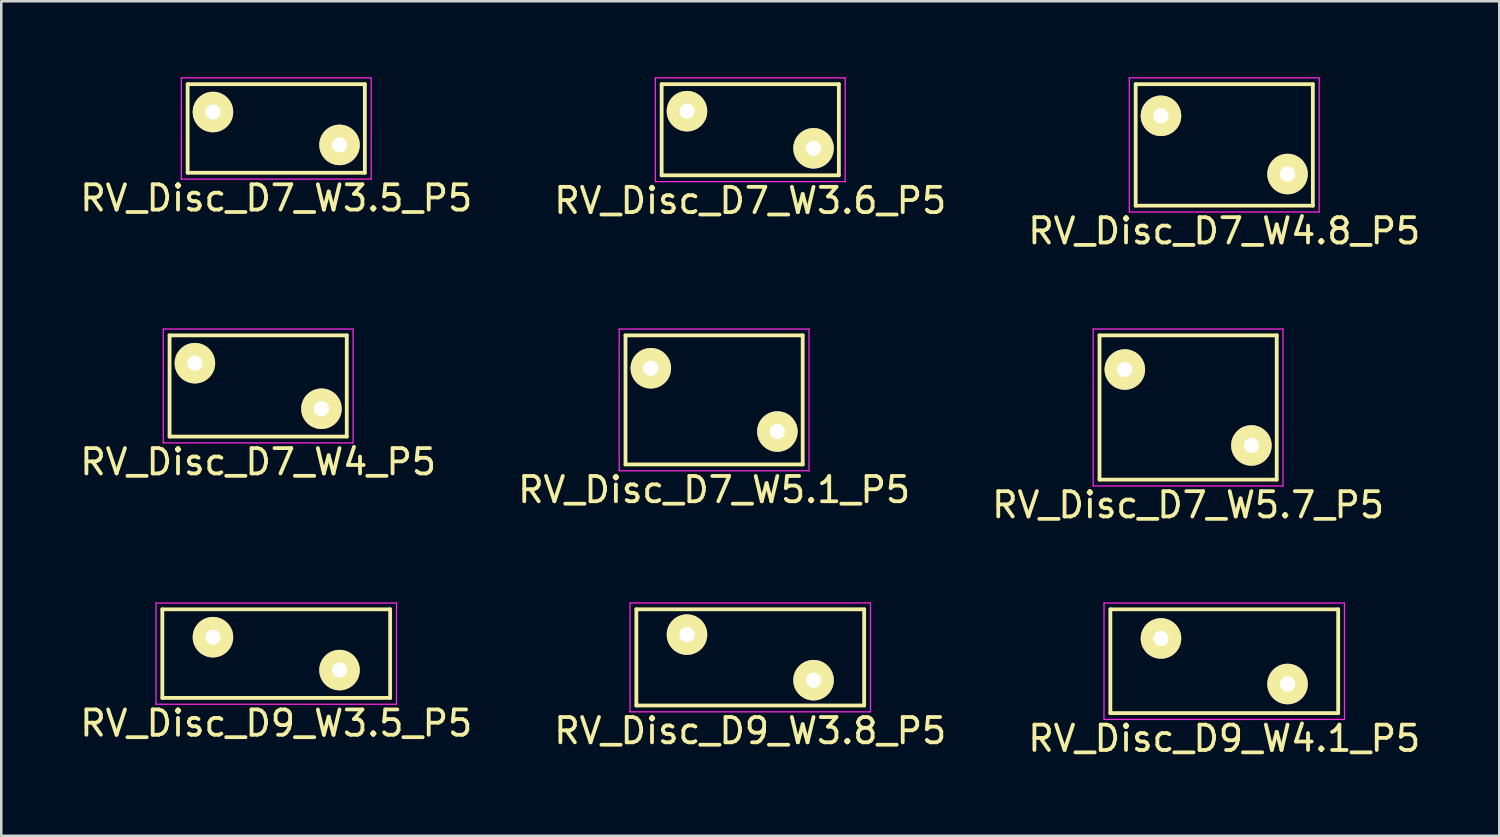
<source format=kicad_pcb>
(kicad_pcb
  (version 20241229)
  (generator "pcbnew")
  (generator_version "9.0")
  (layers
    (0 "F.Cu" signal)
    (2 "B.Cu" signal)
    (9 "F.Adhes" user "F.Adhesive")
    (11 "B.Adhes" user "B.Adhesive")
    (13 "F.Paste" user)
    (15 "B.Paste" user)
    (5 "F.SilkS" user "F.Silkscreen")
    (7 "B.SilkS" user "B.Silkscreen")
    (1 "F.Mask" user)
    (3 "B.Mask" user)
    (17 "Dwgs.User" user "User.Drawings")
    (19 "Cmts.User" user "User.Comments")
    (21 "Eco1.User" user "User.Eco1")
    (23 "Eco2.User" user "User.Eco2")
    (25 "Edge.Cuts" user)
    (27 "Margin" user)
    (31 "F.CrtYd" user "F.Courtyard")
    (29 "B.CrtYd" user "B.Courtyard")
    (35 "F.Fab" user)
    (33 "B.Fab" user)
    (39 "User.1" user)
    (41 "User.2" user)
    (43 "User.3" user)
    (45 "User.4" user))
  (footprint "RV_Disc_D7_W3.5_P5"
    (layer "F.Cu")
    (at 5.363 1.375)
    (property "Reference" "RV_Disc_D7_W3.5_P5" (at 2.5 3.4 0) (layer "F.SilkS") (effects (font (size 1 1) (thickness 0.15))))
    (attr through_hole)
    (fp_line (start -1 -1.1) (end -1 2.4) (stroke (width 0.15) (type solid)) (layer "F.SilkS"))
    (fp_line (start -1 -1.1) (end 6 -1.1) (stroke (width 0.15) (type solid)) (layer "F.SilkS"))
    (fp_line (start -1 2.4) (end 6 2.4) (stroke (width 0.15) (type solid)) (layer "F.SilkS"))
    (fp_line (start 6 -1.1) (end 6 2.4) (stroke (width 0.15) (type solid)) (layer "F.SilkS"))
    (fp_line (start -1.25 -1.35) (end -1.25 2.65) (stroke (width 0.05) (type solid)) (layer "F.CrtYd"))
    (fp_line (start -1.25 -1.35) (end 6.25 -1.35) (stroke (width 0.05) (type solid)) (layer "F.CrtYd"))
    (fp_line (start -1.25 2.65) (end 6.25 2.65) (stroke (width 0.05) (type solid)) (layer "F.CrtYd"))
    (fp_line (start 6.25 -1.35) (end 6.25 2.65) (stroke (width 0.05) (type solid)) (layer "F.CrtYd"))
    (pad "1" thru_hole circle (at 0 0) (size 1.6 1.6) (drill 0.6) (layers "*.Cu" "*.Mask" "F.SilkS"))
    (pad "2" thru_hole circle (at 5 1.3) (size 1.6 1.6) (drill 0.6) (layers "*.Cu" "*.Mask" "F.SilkS")))
  (footprint "RV_Disc_D7_W5.7_P5"
    (layer "F.Cu")
    (at 41.387 11.548)
    (property "Reference" "RV_Disc_D7_W5.7_P5" (at 2.5 5.35 0) (layer "F.SilkS") (effects (font (size 1 1) (thickness 0.15))))
    (attr through_hole)
    (fp_line (start -1 -1.35) (end -1 4.35) (stroke (width 0.15) (type solid)) (layer "F.SilkS"))
    (fp_line (start -1 -1.35) (end 6 -1.35) (stroke (width 0.15) (type solid)) (layer "F.SilkS"))
    (fp_line (start -1 4.35) (end 6 4.35) (stroke (width 0.15) (type solid)) (layer "F.SilkS"))
    (fp_line (start 6 -1.35) (end 6 4.35) (stroke (width 0.15) (type solid)) (layer "F.SilkS"))
    (fp_line (start -1.25 -1.6) (end -1.25 4.6) (stroke (width 0.05) (type solid)) (layer "F.CrtYd"))
    (fp_line (start -1.25 -1.6) (end 6.25 -1.6) (stroke (width 0.05) (type solid)) (layer "F.CrtYd"))
    (fp_line (start -1.25 4.6) (end 6.25 4.6) (stroke (width 0.05) (type solid)) (layer "F.CrtYd"))
    (fp_line (start 6.25 -1.6) (end 6.25 4.6) (stroke (width 0.05) (type solid)) (layer "F.CrtYd"))
    (pad "1" thru_hole circle (at 0 0) (size 1.6 1.6) (drill 0.6) (layers "*.Cu" "*.Mask" "F.SilkS"))
    (pad "2" thru_hole circle (at 5 3) (size 1.6 1.6) (drill 0.6) (layers "*.Cu" "*.Mask" "F.SilkS")))
  (footprint "RV_Disc_D7_W4.8_P5"
    (layer "F.Cu")
    (at 42.815 1.525)
    (property "Reference" "RV_Disc_D7_W4.8_P5" (at 2.5 4.55 0) (layer "F.SilkS") (effects (font (size 1 1) (thickness 0.15))))
    (attr through_hole)
    (fp_line (start -1 -1.25) (end -1 3.55) (stroke (width 0.15) (type solid)) (layer "F.SilkS"))
    (fp_line (start -1 -1.25) (end 6 -1.25) (stroke (width 0.15) (type solid)) (layer "F.SilkS"))
    (fp_line (start -1 3.55) (end 6 3.55) (stroke (width 0.15) (type solid)) (layer "F.SilkS"))
    (fp_line (start 6 -1.25) (end 6 3.55) (stroke (width 0.15) (type solid)) (layer "F.SilkS"))
    (fp_line (start -1.25 -1.5) (end -1.25 3.8) (stroke (width 0.05) (type solid)) (layer "F.CrtYd"))
    (fp_line (start -1.25 -1.5) (end 6.25 -1.5) (stroke (width 0.05) (type solid)) (layer "F.CrtYd"))
    (fp_line (start -1.25 3.8) (end 6.25 3.8) (stroke (width 0.05) (type solid)) (layer "F.CrtYd"))
    (fp_line (start 6.25 -1.5) (end 6.25 3.8) (stroke (width 0.05) (type solid)) (layer "F.CrtYd"))
    (pad "1" thru_hole circle (at 0 0) (size 1.6 1.6) (drill 0.6) (layers "*.Cu" "*.Mask" "F.SilkS"))
    (pad "2" thru_hole circle (at 5 2.3) (size 1.6 1.6) (drill 0.6) (layers "*.Cu" "*.Mask" "F.SilkS")))
  (footprint "RV_Disc_D7_W3.6_P5"
    (layer "F.Cu")
    (at 24.089 1.342)
    (property "Reference" "RV_Disc_D7_W3.6_P5" (at 2.5 3.533 0) (layer "F.SilkS") (effects (font (size 1 1) (thickness 0.15))))
    (attr through_hole)
    (fp_line (start -1 -1.067) (end -1 2.533) (stroke (width 0.15) (type solid)) (layer "F.SilkS"))
    (fp_line (start -1 -1.067) (end 6 -1.067) (stroke (width 0.15) (type solid)) (layer "F.SilkS"))
    (fp_line (start -1 2.533) (end 6 2.533) (stroke (width 0.15) (type solid)) (layer "F.SilkS"))
    (fp_line (start 6 -1.067) (end 6 2.533) (stroke (width 0.15) (type solid)) (layer "F.SilkS"))
    (fp_line (start -1.25 -1.317) (end -1.25 2.783) (stroke (width 0.05) (type solid)) (layer "F.CrtYd"))
    (fp_line (start -1.25 -1.317) (end 6.25 -1.317) (stroke (width 0.05) (type solid)) (layer "F.CrtYd"))
    (fp_line (start -1.25 2.783) (end 6.25 2.783) (stroke (width 0.05) (type solid)) (layer "F.CrtYd"))
    (fp_line (start 6.25 -1.317) (end 6.25 2.783) (stroke (width 0.05) (type solid)) (layer "F.CrtYd"))
    (pad "1" thru_hole circle (at 0 0) (size 1.6 1.6) (drill 0.6) (layers "*.Cu" "*.Mask" "F.SilkS"))
    (pad "2" thru_hole circle (at 5 1.467) (size 1.6 1.6) (drill 0.6) (layers "*.Cu" "*.Mask" "F.SilkS")))
  (footprint "RV_Disc_D9_W3.8_P5"
    (layer "F.Cu")
    (at 24.089 22.021)
    (property "Reference" "RV_Disc_D9_W3.8_P5" (at 2.5 3.8 0) (layer "F.SilkS") (effects (font (size 1 1) (thickness 0.15))))
    (attr through_hole)
    (fp_line (start -2 -1) (end -2 2.8) (stroke (width 0.15) (type solid)) (layer "F.SilkS"))
    (fp_line (start -2 -1) (end 7 -1) (stroke (width 0.15) (type solid)) (layer "F.SilkS"))
    (fp_line (start -2 2.8) (end 7 2.8) (stroke (width 0.15) (type solid)) (layer "F.SilkS"))
    (fp_line (start 7 -1) (end 7 2.8) (stroke (width 0.15) (type solid)) (layer "F.SilkS"))
    (fp_line (start -2.25 -1.25) (end -2.25 3.05) (stroke (width 0.05) (type solid)) (layer "F.CrtYd"))
    (fp_line (start -2.25 -1.25) (end 7.25 -1.25) (stroke (width 0.05) (type solid)) (layer "F.CrtYd"))
    (fp_line (start -2.25 3.05) (end 7.25 3.05) (stroke (width 0.05) (type solid)) (layer "F.CrtYd"))
    (fp_line (start 7.25 -1.25) (end 7.25 3.05) (stroke (width 0.05) (type solid)) (layer "F.CrtYd"))
    (pad "1" thru_hole circle (at 0 0) (size 1.6 1.6) (drill 0.6) (layers "*.Cu" "*.Mask" "F.SilkS"))
    (pad "2" thru_hole circle (at 5 1.8) (size 1.6 1.6) (drill 0.6) (layers "*.Cu" "*.Mask" "F.SilkS")))
  (footprint "RV_Disc_D7_W4_P5"
    (layer "F.Cu")
    (at 4.649 11.298)
    (property "Reference" "RV_Disc_D7_W4_P5" (at 2.5 3.9 0) (layer "F.SilkS") (effects (font (size 1 1) (thickness 0.15))))
    (attr through_hole)
    (fp_line (start -1 -1.1) (end -1 2.9) (stroke (width 0.15) (type solid)) (layer "F.SilkS"))
    (fp_line (start -1 -1.1) (end 6 -1.1) (stroke (width 0.15) (type solid)) (layer "F.SilkS"))
    (fp_line (start -1 2.9) (end 6 2.9) (stroke (width 0.15) (type solid)) (layer "F.SilkS"))
    (fp_line (start 6 -1.1) (end 6 2.9) (stroke (width 0.15) (type solid)) (layer "F.SilkS"))
    (fp_line (start -1.25 -1.35) (end -1.25 3.15) (stroke (width 0.05) (type solid)) (layer "F.CrtYd"))
    (fp_line (start -1.25 -1.35) (end 6.25 -1.35) (stroke (width 0.05) (type solid)) (layer "F.CrtYd"))
    (fp_line (start -1.25 3.15) (end 6.25 3.15) (stroke (width 0.05) (type solid)) (layer "F.CrtYd"))
    (fp_line (start 6.25 -1.35) (end 6.25 3.15) (stroke (width 0.05) (type solid)) (layer "F.CrtYd"))
    (pad "1" thru_hole circle (at 0 0) (size 1.6 1.6) (drill 0.6) (layers "*.Cu" "*.Mask" "F.SilkS"))
    (pad "2" thru_hole circle (at 5 1.8) (size 1.6 1.6) (drill 0.6) (layers "*.Cu" "*.Mask" "F.SilkS")))
  (footprint "RV_Disc_D9_W3.5_P5"
    (layer "F.Cu")
    (at 5.363 22.122)
    (property "Reference" "RV_Disc_D9_W3.5_P5" (at 2.5 3.4 0) (layer "F.SilkS") (effects (font (size 1 1) (thickness 0.15))))
    (attr through_hole)
    (fp_line (start -2 -1.1) (end -2 2.4) (stroke (width 0.15) (type solid)) (layer "F.SilkS"))
    (fp_line (start -2 -1.1) (end 7 -1.1) (stroke (width 0.15) (type solid)) (layer "F.SilkS"))
    (fp_line (start -2 2.4) (end 7 2.4) (stroke (width 0.15) (type solid)) (layer "F.SilkS"))
    (fp_line (start 7 -1.1) (end 7 2.4) (stroke (width 0.15) (type solid)) (layer "F.SilkS"))
    (fp_line (start -2.25 -1.35) (end -2.25 2.65) (stroke (width 0.05) (type solid)) (layer "F.CrtYd"))
    (fp_line (start -2.25 -1.35) (end 7.25 -1.35) (stroke (width 0.05) (type solid)) (layer "F.CrtYd"))
    (fp_line (start -2.25 2.65) (end 7.25 2.65) (stroke (width 0.05) (type solid)) (layer "F.CrtYd"))
    (fp_line (start 7.25 -1.35) (end 7.25 2.65) (stroke (width 0.05) (type solid)) (layer "F.CrtYd"))
    (pad "1" thru_hole circle (at 0 0) (size 1.6 1.6) (drill 0.6) (layers "*.Cu" "*.Mask" "F.SilkS"))
    (pad "2" thru_hole circle (at 5 1.3) (size 1.6 1.6) (drill 0.6) (layers "*.Cu" "*.Mask" "F.SilkS")))
  (footprint "RV_Disc_D9_W4.1_P5"
    (layer "F.Cu")
    (at 42.815 22.172)
    (property "Reference" "RV_Disc_D9_W4.1_P5" (at 2.5 3.95 0) (layer "F.SilkS") (effects (font (size 1 1) (thickness 0.15))))
    (attr through_hole)
    (fp_line (start -2 -1.15) (end -2 2.95) (stroke (width 0.15) (type solid)) (layer "F.SilkS"))
    (fp_line (start -2 -1.15) (end 7 -1.15) (stroke (width 0.15) (type solid)) (layer "F.SilkS"))
    (fp_line (start -2 2.95) (end 7 2.95) (stroke (width 0.15) (type solid)) (layer "F.SilkS"))
    (fp_line (start 7 -1.15) (end 7 2.95) (stroke (width 0.15) (type solid)) (layer "F.SilkS"))
    (fp_line (start -2.25 -1.4) (end -2.25 3.2) (stroke (width 0.05) (type solid)) (layer "F.CrtYd"))
    (fp_line (start -2.25 -1.4) (end 7.25 -1.4) (stroke (width 0.05) (type solid)) (layer "F.CrtYd"))
    (fp_line (start -2.25 3.2) (end 7.25 3.2) (stroke (width 0.05) (type solid)) (layer "F.CrtYd"))
    (fp_line (start 7.25 -1.4) (end 7.25 3.2) (stroke (width 0.05) (type solid)) (layer "F.CrtYd"))
    (pad "1" thru_hole circle (at 0 0) (size 1.6 1.6) (drill 0.6) (layers "*.Cu" "*.Mask" "F.SilkS"))
    (pad "2" thru_hole circle (at 5 1.8) (size 1.6 1.6) (drill 0.6) (layers "*.Cu" "*.Mask" "F.SilkS")))
  (footprint "RV_Disc_D7_W5.1_P5"
    (layer "F.Cu")
    (at 22.661 11.498)
    (property "Reference" "RV_Disc_D7_W5.1_P5" (at 2.5 4.8 0) (layer "F.SilkS") (effects (font (size 1 1) (thickness 0.15))))
    (attr through_hole)
    (fp_line (start -1 -1.3) (end -1 3.8) (stroke (width 0.15) (type solid)) (layer "F.SilkS"))
    (fp_line (start -1 -1.3) (end 6 -1.3) (stroke (width 0.15) (type solid)) (layer "F.SilkS"))
    (fp_line (start -1 3.8) (end 6 3.8) (stroke (width 0.15) (type solid)) (layer "F.SilkS"))
    (fp_line (start 6 -1.3) (end 6 3.8) (stroke (width 0.15) (type solid)) (layer "F.SilkS"))
    (fp_line (start -1.25 -1.55) (end -1.25 4.05) (stroke (width 0.05) (type solid)) (layer "F.CrtYd"))
    (fp_line (start -1.25 -1.55) (end 6.25 -1.55) (stroke (width 0.05) (type solid)) (layer "F.CrtYd"))
    (fp_line (start -1.25 4.05) (end 6.25 4.05) (stroke (width 0.05) (type solid)) (layer "F.CrtYd"))
    (fp_line (start 6.25 -1.55) (end 6.25 4.05) (stroke (width 0.05) (type solid)) (layer "F.CrtYd"))
    (pad "1" thru_hole circle (at 0 0) (size 1.6 1.6) (drill 0.6) (layers "*.Cu" "*.Mask" "F.SilkS"))
    (pad "2" thru_hole circle (at 5 2.5) (size 1.6 1.6) (drill 0.6) (layers "*.Cu" "*.Mask" "F.SilkS")))
  (gr_rect
    (start -3 -3)
    (end 56.179 29.97)
    (stroke (width 0.1) (type default))
    (fill no)
    (layer "Edge.Cuts")))
</source>
